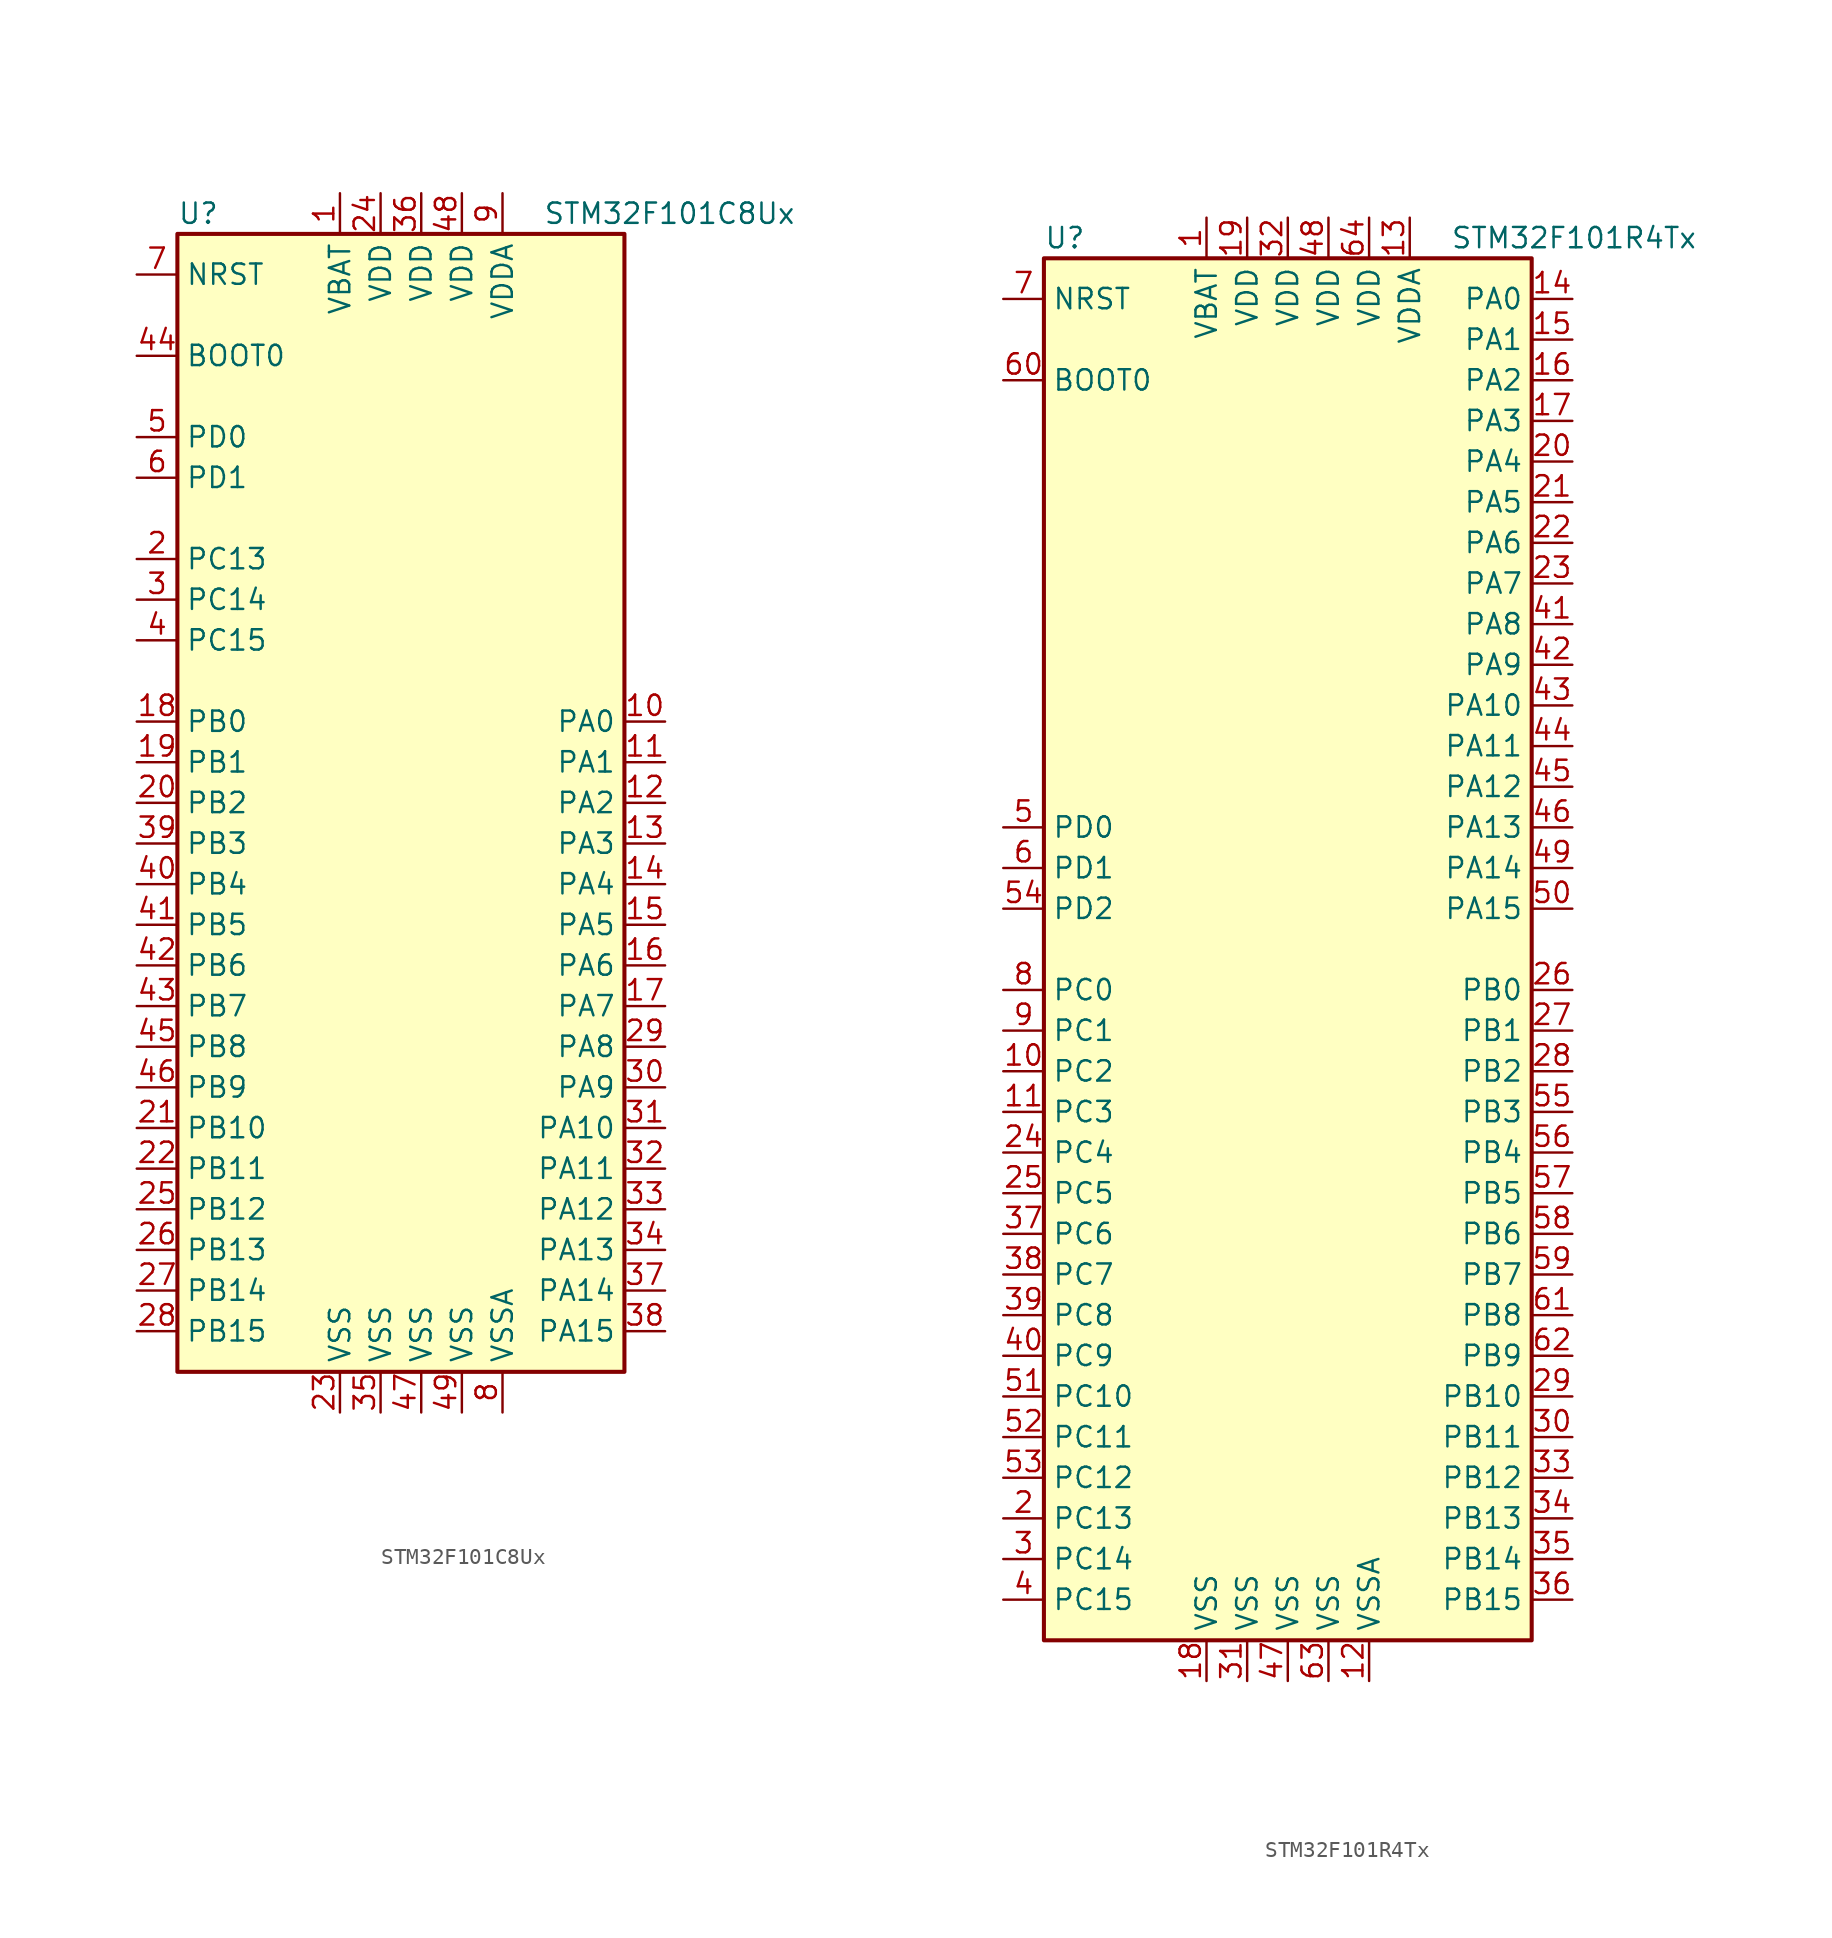
<source format=kicad_sym>
(kicad_symbol_lib
  (version 20201005)
  (generator kicad_symbol_editor)
  (symbol "STM32F101C8Ux"
    (property "Reference" "U"
      (at -15.24 36.83 0)
      (effects (font (size 1.27 1.27)) (justify left)))
    (property "Value" "STM32F101C8Ux"
      (at 7.62 36.83 0)
      (effects (font (size 1.27 1.27)) (justify left)))
    (symbol "STM32F101C8Ux_0_1"
      (rectangle (start -15.24 -35.56) (end 12.7 35.56) (stroke (width 0.254)) (fill (type background))))
    (symbol "STM32F101C8Ux_1_1"
      (pin power_in line (at -5.08 38.1 270) (length 2.54) (name "VBAT" (effects (font (size 1.27 1.27)))) (number "1" (effects (font (size 1.27 1.27)))))
      (pin bidirectional line (at 15.24 5.08 180) (length 2.54) (name "PA0" (effects (font (size 1.27 1.27)))) (number "10" (effects (font (size 1.27 1.27)))))
      (pin bidirectional line (at 15.24 2.54 180) (length 2.54) (name "PA1" (effects (font (size 1.27 1.27)))) (number "11" (effects (font (size 1.27 1.27)))))
      (pin bidirectional line (at 15.24 0 180) (length 2.54) (name "PA2" (effects (font (size 1.27 1.27)))) (number "12" (effects (font (size 1.27 1.27)))))
      (pin bidirectional line (at 15.24 -2.54 180) (length 2.54) (name "PA3" (effects (font (size 1.27 1.27)))) (number "13" (effects (font (size 1.27 1.27)))))
      (pin bidirectional line (at 15.24 -5.08 180) (length 2.54) (name "PA4" (effects (font (size 1.27 1.27)))) (number "14" (effects (font (size 1.27 1.27)))))
      (pin bidirectional line (at 15.24 -7.62 180) (length 2.54) (name "PA5" (effects (font (size 1.27 1.27)))) (number "15" (effects (font (size 1.27 1.27)))))
      (pin bidirectional line (at 15.24 -10.16 180) (length 2.54) (name "PA6" (effects (font (size 1.27 1.27)))) (number "16" (effects (font (size 1.27 1.27)))))
      (pin bidirectional line (at 15.24 -12.7 180) (length 2.54) (name "PA7" (effects (font (size 1.27 1.27)))) (number "17" (effects (font (size 1.27 1.27)))))
      (pin bidirectional line (at -17.78 5.08 0) (length 2.54) (name "PB0" (effects (font (size 1.27 1.27)))) (number "18" (effects (font (size 1.27 1.27)))))
      (pin bidirectional line (at -17.78 2.54 0) (length 2.54) (name "PB1" (effects (font (size 1.27 1.27)))) (number "19" (effects (font (size 1.27 1.27)))))
      (pin bidirectional line (at -17.78 15.24 0) (length 2.54) (name "PC13" (effects (font (size 1.27 1.27)))) (number "2" (effects (font (size 1.27 1.27)))))
      (pin bidirectional line (at -17.78 0 0) (length 2.54) (name "PB2" (effects (font (size 1.27 1.27)))) (number "20" (effects (font (size 1.27 1.27)))))
      (pin bidirectional line (at -17.78 -20.32 0) (length 2.54) (name "PB10" (effects (font (size 1.27 1.27)))) (number "21" (effects (font (size 1.27 1.27)))))
      (pin bidirectional line (at -17.78 -22.86 0) (length 2.54) (name "PB11" (effects (font (size 1.27 1.27)))) (number "22" (effects (font (size 1.27 1.27)))))
      (pin power_in line (at -5.08 -38.1 90) (length 2.54) (name "VSS" (effects (font (size 1.27 1.27)))) (number "23" (effects (font (size 1.27 1.27)))))
      (pin power_in line (at -2.54 38.1 270) (length 2.54) (name "VDD" (effects (font (size 1.27 1.27)))) (number "24" (effects (font (size 1.27 1.27)))))
      (pin bidirectional line (at -17.78 -25.4 0) (length 2.54) (name "PB12" (effects (font (size 1.27 1.27)))) (number "25" (effects (font (size 1.27 1.27)))))
      (pin bidirectional line (at -17.78 -27.94 0) (length 2.54) (name "PB13" (effects (font (size 1.27 1.27)))) (number "26" (effects (font (size 1.27 1.27)))))
      (pin bidirectional line (at -17.78 -30.48 0) (length 2.54) (name "PB14" (effects (font (size 1.27 1.27)))) (number "27" (effects (font (size 1.27 1.27)))))
      (pin bidirectional line (at -17.78 -33.02 0) (length 2.54) (name "PB15" (effects (font (size 1.27 1.27)))) (number "28" (effects (font (size 1.27 1.27)))))
      (pin bidirectional line (at 15.24 -15.24 180) (length 2.54) (name "PA8" (effects (font (size 1.27 1.27)))) (number "29" (effects (font (size 1.27 1.27)))))
      (pin bidirectional line (at -17.78 12.7 0) (length 2.54) (name "PC14" (effects (font (size 1.27 1.27)))) (number "3" (effects (font (size 1.27 1.27)))))
      (pin bidirectional line (at 15.24 -17.78 180) (length 2.54) (name "PA9" (effects (font (size 1.27 1.27)))) (number "30" (effects (font (size 1.27 1.27)))))
      (pin bidirectional line (at 15.24 -20.32 180) (length 2.54) (name "PA10" (effects (font (size 1.27 1.27)))) (number "31" (effects (font (size 1.27 1.27)))))
      (pin bidirectional line (at 15.24 -22.86 180) (length 2.54) (name "PA11" (effects (font (size 1.27 1.27)))) (number "32" (effects (font (size 1.27 1.27)))))
      (pin bidirectional line (at 15.24 -25.4 180) (length 2.54) (name "PA12" (effects (font (size 1.27 1.27)))) (number "33" (effects (font (size 1.27 1.27)))))
      (pin bidirectional line (at 15.24 -27.94 180) (length 2.54) (name "PA13" (effects (font (size 1.27 1.27)))) (number "34" (effects (font (size 1.27 1.27)))))
      (pin power_in line (at -2.54 -38.1 90) (length 2.54) (name "VSS" (effects (font (size 1.27 1.27)))) (number "35" (effects (font (size 1.27 1.27)))))
      (pin power_in line (at 0 38.1 270) (length 2.54) (name "VDD" (effects (font (size 1.27 1.27)))) (number "36" (effects (font (size 1.27 1.27)))))
      (pin bidirectional line (at 15.24 -30.48 180) (length 2.54) (name "PA14" (effects (font (size 1.27 1.27)))) (number "37" (effects (font (size 1.27 1.27)))))
      (pin bidirectional line (at 15.24 -33.02 180) (length 2.54) (name "PA15" (effects (font (size 1.27 1.27)))) (number "38" (effects (font (size 1.27 1.27)))))
      (pin bidirectional line (at -17.78 -2.54 0) (length 2.54) (name "PB3" (effects (font (size 1.27 1.27)))) (number "39" (effects (font (size 1.27 1.27)))))
      (pin bidirectional line (at -17.78 10.16 0) (length 2.54) (name "PC15" (effects (font (size 1.27 1.27)))) (number "4" (effects (font (size 1.27 1.27)))))
      (pin bidirectional line (at -17.78 -5.08 0) (length 2.54) (name "PB4" (effects (font (size 1.27 1.27)))) (number "40" (effects (font (size 1.27 1.27)))))
      (pin bidirectional line (at -17.78 -7.62 0) (length 2.54) (name "PB5" (effects (font (size 1.27 1.27)))) (number "41" (effects (font (size 1.27 1.27)))))
      (pin bidirectional line (at -17.78 -10.16 0) (length 2.54) (name "PB6" (effects (font (size 1.27 1.27)))) (number "42" (effects (font (size 1.27 1.27)))))
      (pin bidirectional line (at -17.78 -12.7 0) (length 2.54) (name "PB7" (effects (font (size 1.27 1.27)))) (number "43" (effects (font (size 1.27 1.27)))))
      (pin input line (at -17.78 27.94 0) (length 2.54) (name "BOOT0" (effects (font (size 1.27 1.27)))) (number "44" (effects (font (size 1.27 1.27)))))
      (pin bidirectional line (at -17.78 -15.24 0) (length 2.54) (name "PB8" (effects (font (size 1.27 1.27)))) (number "45" (effects (font (size 1.27 1.27)))))
      (pin bidirectional line (at -17.78 -17.78 0) (length 2.54) (name "PB9" (effects (font (size 1.27 1.27)))) (number "46" (effects (font (size 1.27 1.27)))))
      (pin power_in line (at 0 -38.1 90) (length 2.54) (name "VSS" (effects (font (size 1.27 1.27)))) (number "47" (effects (font (size 1.27 1.27)))))
      (pin power_in line (at 2.54 38.1 270) (length 2.54) (name "VDD" (effects (font (size 1.27 1.27)))) (number "48" (effects (font (size 1.27 1.27)))))
      (pin power_in line (at 2.54 -38.1 90) (length 2.54) (name "VSS" (effects (font (size 1.27 1.27)))) (number "49" (effects (font (size 1.27 1.27)))))
      (pin input line (at -17.78 22.86 0) (length 2.54) (name "PD0" (effects (font (size 1.27 1.27)))) (number "5" (effects (font (size 1.27 1.27)))))
      (pin input line (at -17.78 20.32 0) (length 2.54) (name "PD1" (effects (font (size 1.27 1.27)))) (number "6" (effects (font (size 1.27 1.27)))))
      (pin input line (at -17.78 33.02 0) (length 2.54) (name "NRST" (effects (font (size 1.27 1.27)))) (number "7" (effects (font (size 1.27 1.27)))))
      (pin power_in line (at 5.08 -38.1 90) (length 2.54) (name "VSSA" (effects (font (size 1.27 1.27)))) (number "8" (effects (font (size 1.27 1.27)))))
      (pin power_in line (at 5.08 38.1 270) (length 2.54) (name "VDDA" (effects (font (size 1.27 1.27)))) (number "9" (effects (font (size 1.27 1.27)))))))
  (symbol "STM32F101R4Tx"
    (property "Reference" "U"
      (at -15.24 44.45 0)
      (effects (font (size 1.27 1.27)) (justify left)))
    (property "Value" "STM32F101R4Tx"
      (at 10.16 44.45 0)
      (effects (font (size 1.27 1.27)) (justify left)))
    (symbol "STM32F101R4Tx_0_1"
      (rectangle (start -15.24 -43.18) (end 15.24 43.18) (stroke (width 0.254)) (fill (type background))))
    (symbol "STM32F101R4Tx_1_1"
      (pin power_in line (at -5.08 45.72 270) (length 2.54) (name "VBAT" (effects (font (size 1.27 1.27)))) (number "1" (effects (font (size 1.27 1.27)))))
      (pin bidirectional line (at -17.78 -7.62 0) (length 2.54) (name "PC2" (effects (font (size 1.27 1.27)))) (number "10" (effects (font (size 1.27 1.27)))))
      (pin bidirectional line (at -17.78 -10.16 0) (length 2.54) (name "PC3" (effects (font (size 1.27 1.27)))) (number "11" (effects (font (size 1.27 1.27)))))
      (pin power_in line (at 5.08 -45.72 90) (length 2.54) (name "VSSA" (effects (font (size 1.27 1.27)))) (number "12" (effects (font (size 1.27 1.27)))))
      (pin power_in line (at 7.62 45.72 270) (length 2.54) (name "VDDA" (effects (font (size 1.27 1.27)))) (number "13" (effects (font (size 1.27 1.27)))))
      (pin bidirectional line (at 17.78 40.64 180) (length 2.54) (name "PA0" (effects (font (size 1.27 1.27)))) (number "14" (effects (font (size 1.27 1.27)))))
      (pin bidirectional line (at 17.78 38.1 180) (length 2.54) (name "PA1" (effects (font (size 1.27 1.27)))) (number "15" (effects (font (size 1.27 1.27)))))
      (pin bidirectional line (at 17.78 35.56 180) (length 2.54) (name "PA2" (effects (font (size 1.27 1.27)))) (number "16" (effects (font (size 1.27 1.27)))))
      (pin bidirectional line (at 17.78 33.02 180) (length 2.54) (name "PA3" (effects (font (size 1.27 1.27)))) (number "17" (effects (font (size 1.27 1.27)))))
      (pin power_in line (at -5.08 -45.72 90) (length 2.54) (name "VSS" (effects (font (size 1.27 1.27)))) (number "18" (effects (font (size 1.27 1.27)))))
      (pin power_in line (at -2.54 45.72 270) (length 2.54) (name "VDD" (effects (font (size 1.27 1.27)))) (number "19" (effects (font (size 1.27 1.27)))))
      (pin bidirectional line (at -17.78 -35.56 0) (length 2.54) (name "PC13" (effects (font (size 1.27 1.27)))) (number "2" (effects (font (size 1.27 1.27)))))
      (pin bidirectional line (at 17.78 30.48 180) (length 2.54) (name "PA4" (effects (font (size 1.27 1.27)))) (number "20" (effects (font (size 1.27 1.27)))))
      (pin bidirectional line (at 17.78 27.94 180) (length 2.54) (name "PA5" (effects (font (size 1.27 1.27)))) (number "21" (effects (font (size 1.27 1.27)))))
      (pin bidirectional line (at 17.78 25.4 180) (length 2.54) (name "PA6" (effects (font (size 1.27 1.27)))) (number "22" (effects (font (size 1.27 1.27)))))
      (pin bidirectional line (at 17.78 22.86 180) (length 2.54) (name "PA7" (effects (font (size 1.27 1.27)))) (number "23" (effects (font (size 1.27 1.27)))))
      (pin bidirectional line (at -17.78 -12.7 0) (length 2.54) (name "PC4" (effects (font (size 1.27 1.27)))) (number "24" (effects (font (size 1.27 1.27)))))
      (pin bidirectional line (at -17.78 -15.24 0) (length 2.54) (name "PC5" (effects (font (size 1.27 1.27)))) (number "25" (effects (font (size 1.27 1.27)))))
      (pin bidirectional line (at 17.78 -2.54 180) (length 2.54) (name "PB0" (effects (font (size 1.27 1.27)))) (number "26" (effects (font (size 1.27 1.27)))))
      (pin bidirectional line (at 17.78 -5.08 180) (length 2.54) (name "PB1" (effects (font (size 1.27 1.27)))) (number "27" (effects (font (size 1.27 1.27)))))
      (pin bidirectional line (at 17.78 -7.62 180) (length 2.54) (name "PB2" (effects (font (size 1.27 1.27)))) (number "28" (effects (font (size 1.27 1.27)))))
      (pin bidirectional line (at 17.78 -27.94 180) (length 2.54) (name "PB10" (effects (font (size 1.27 1.27)))) (number "29" (effects (font (size 1.27 1.27)))))
      (pin bidirectional line (at -17.78 -38.1 0) (length 2.54) (name "PC14" (effects (font (size 1.27 1.27)))) (number "3" (effects (font (size 1.27 1.27)))))
      (pin bidirectional line (at 17.78 -30.48 180) (length 2.54) (name "PB11" (effects (font (size 1.27 1.27)))) (number "30" (effects (font (size 1.27 1.27)))))
      (pin power_in line (at -2.54 -45.72 90) (length 2.54) (name "VSS" (effects (font (size 1.27 1.27)))) (number "31" (effects (font (size 1.27 1.27)))))
      (pin power_in line (at 0 45.72 270) (length 2.54) (name "VDD" (effects (font (size 1.27 1.27)))) (number "32" (effects (font (size 1.27 1.27)))))
      (pin bidirectional line (at 17.78 -33.02 180) (length 2.54) (name "PB12" (effects (font (size 1.27 1.27)))) (number "33" (effects (font (size 1.27 1.27)))))
      (pin bidirectional line (at 17.78 -35.56 180) (length 2.54) (name "PB13" (effects (font (size 1.27 1.27)))) (number "34" (effects (font (size 1.27 1.27)))))
      (pin bidirectional line (at 17.78 -38.1 180) (length 2.54) (name "PB14" (effects (font (size 1.27 1.27)))) (number "35" (effects (font (size 1.27 1.27)))))
      (pin bidirectional line (at 17.78 -40.64 180) (length 2.54) (name "PB15" (effects (font (size 1.27 1.27)))) (number "36" (effects (font (size 1.27 1.27)))))
      (pin bidirectional line (at -17.78 -17.78 0) (length 2.54) (name "PC6" (effects (font (size 1.27 1.27)))) (number "37" (effects (font (size 1.27 1.27)))))
      (pin bidirectional line (at -17.78 -20.32 0) (length 2.54) (name "PC7" (effects (font (size 1.27 1.27)))) (number "38" (effects (font (size 1.27 1.27)))))
      (pin bidirectional line (at -17.78 -22.86 0) (length 2.54) (name "PC8" (effects (font (size 1.27 1.27)))) (number "39" (effects (font (size 1.27 1.27)))))
      (pin bidirectional line (at -17.78 -40.64 0) (length 2.54) (name "PC15" (effects (font (size 1.27 1.27)))) (number "4" (effects (font (size 1.27 1.27)))))
      (pin bidirectional line (at -17.78 -25.4 0) (length 2.54) (name "PC9" (effects (font (size 1.27 1.27)))) (number "40" (effects (font (size 1.27 1.27)))))
      (pin bidirectional line (at 17.78 20.32 180) (length 2.54) (name "PA8" (effects (font (size 1.27 1.27)))) (number "41" (effects (font (size 1.27 1.27)))))
      (pin bidirectional line (at 17.78 17.78 180) (length 2.54) (name "PA9" (effects (font (size 1.27 1.27)))) (number "42" (effects (font (size 1.27 1.27)))))
      (pin bidirectional line (at 17.78 15.24 180) (length 2.54) (name "PA10" (effects (font (size 1.27 1.27)))) (number "43" (effects (font (size 1.27 1.27)))))
      (pin bidirectional line (at 17.78 12.7 180) (length 2.54) (name "PA11" (effects (font (size 1.27 1.27)))) (number "44" (effects (font (size 1.27 1.27)))))
      (pin bidirectional line (at 17.78 10.16 180) (length 2.54) (name "PA12" (effects (font (size 1.27 1.27)))) (number "45" (effects (font (size 1.27 1.27)))))
      (pin bidirectional line (at 17.78 7.62 180) (length 2.54) (name "PA13" (effects (font (size 1.27 1.27)))) (number "46" (effects (font (size 1.27 1.27)))))
      (pin power_in line (at 0 -45.72 90) (length 2.54) (name "VSS" (effects (font (size 1.27 1.27)))) (number "47" (effects (font (size 1.27 1.27)))))
      (pin power_in line (at 2.54 45.72 270) (length 2.54) (name "VDD" (effects (font (size 1.27 1.27)))) (number "48" (effects (font (size 1.27 1.27)))))
      (pin bidirectional line (at 17.78 5.08 180) (length 2.54) (name "PA14" (effects (font (size 1.27 1.27)))) (number "49" (effects (font (size 1.27 1.27)))))
      (pin input line (at -17.78 7.62 0) (length 2.54) (name "PD0" (effects (font (size 1.27 1.27)))) (number "5" (effects (font (size 1.27 1.27)))))
      (pin bidirectional line (at 17.78 2.54 180) (length 2.54) (name "PA15" (effects (font (size 1.27 1.27)))) (number "50" (effects (font (size 1.27 1.27)))))
      (pin bidirectional line (at -17.78 -27.94 0) (length 2.54) (name "PC10" (effects (font (size 1.27 1.27)))) (number "51" (effects (font (size 1.27 1.27)))))
      (pin bidirectional line (at -17.78 -30.48 0) (length 2.54) (name "PC11" (effects (font (size 1.27 1.27)))) (number "52" (effects (font (size 1.27 1.27)))))
      (pin bidirectional line (at -17.78 -33.02 0) (length 2.54) (name "PC12" (effects (font (size 1.27 1.27)))) (number "53" (effects (font (size 1.27 1.27)))))
      (pin bidirectional line (at -17.78 2.54 0) (length 2.54) (name "PD2" (effects (font (size 1.27 1.27)))) (number "54" (effects (font (size 1.27 1.27)))))
      (pin bidirectional line (at 17.78 -10.16 180) (length 2.54) (name "PB3" (effects (font (size 1.27 1.27)))) (number "55" (effects (font (size 1.27 1.27)))))
      (pin bidirectional line (at 17.78 -12.7 180) (length 2.54) (name "PB4" (effects (font (size 1.27 1.27)))) (number "56" (effects (font (size 1.27 1.27)))))
      (pin bidirectional line (at 17.78 -15.24 180) (length 2.54) (name "PB5" (effects (font (size 1.27 1.27)))) (number "57" (effects (font (size 1.27 1.27)))))
      (pin bidirectional line (at 17.78 -17.78 180) (length 2.54) (name "PB6" (effects (font (size 1.27 1.27)))) (number "58" (effects (font (size 1.27 1.27)))))
      (pin bidirectional line (at 17.78 -20.32 180) (length 2.54) (name "PB7" (effects (font (size 1.27 1.27)))) (number "59" (effects (font (size 1.27 1.27)))))
      (pin input line (at -17.78 5.08 0) (length 2.54) (name "PD1" (effects (font (size 1.27 1.27)))) (number "6" (effects (font (size 1.27 1.27)))))
      (pin input line (at -17.78 35.56 0) (length 2.54) (name "BOOT0" (effects (font (size 1.27 1.27)))) (number "60" (effects (font (size 1.27 1.27)))))
      (pin bidirectional line (at 17.78 -22.86 180) (length 2.54) (name "PB8" (effects (font (size 1.27 1.27)))) (number "61" (effects (font (size 1.27 1.27)))))
      (pin bidirectional line (at 17.78 -25.4 180) (length 2.54) (name "PB9" (effects (font (size 1.27 1.27)))) (number "62" (effects (font (size 1.27 1.27)))))
      (pin power_in line (at 2.54 -45.72 90) (length 2.54) (name "VSS" (effects (font (size 1.27 1.27)))) (number "63" (effects (font (size 1.27 1.27)))))
      (pin power_in line (at 5.08 45.72 270) (length 2.54) (name "VDD" (effects (font (size 1.27 1.27)))) (number "64" (effects (font (size 1.27 1.27)))))
      (pin input line (at -17.78 40.64 0) (length 2.54) (name "NRST" (effects (font (size 1.27 1.27)))) (number "7" (effects (font (size 1.27 1.27)))))
      (pin bidirectional line (at -17.78 -2.54 0) (length 2.54) (name "PC0" (effects (font (size 1.27 1.27)))) (number "8" (effects (font (size 1.27 1.27)))))
      (pin bidirectional line (at -17.78 -5.08 0) (length 2.54) (name "PC1" (effects (font (size 1.27 1.27)))) (number "9" (effects (font (size 1.27 1.27))))))))
</source>
